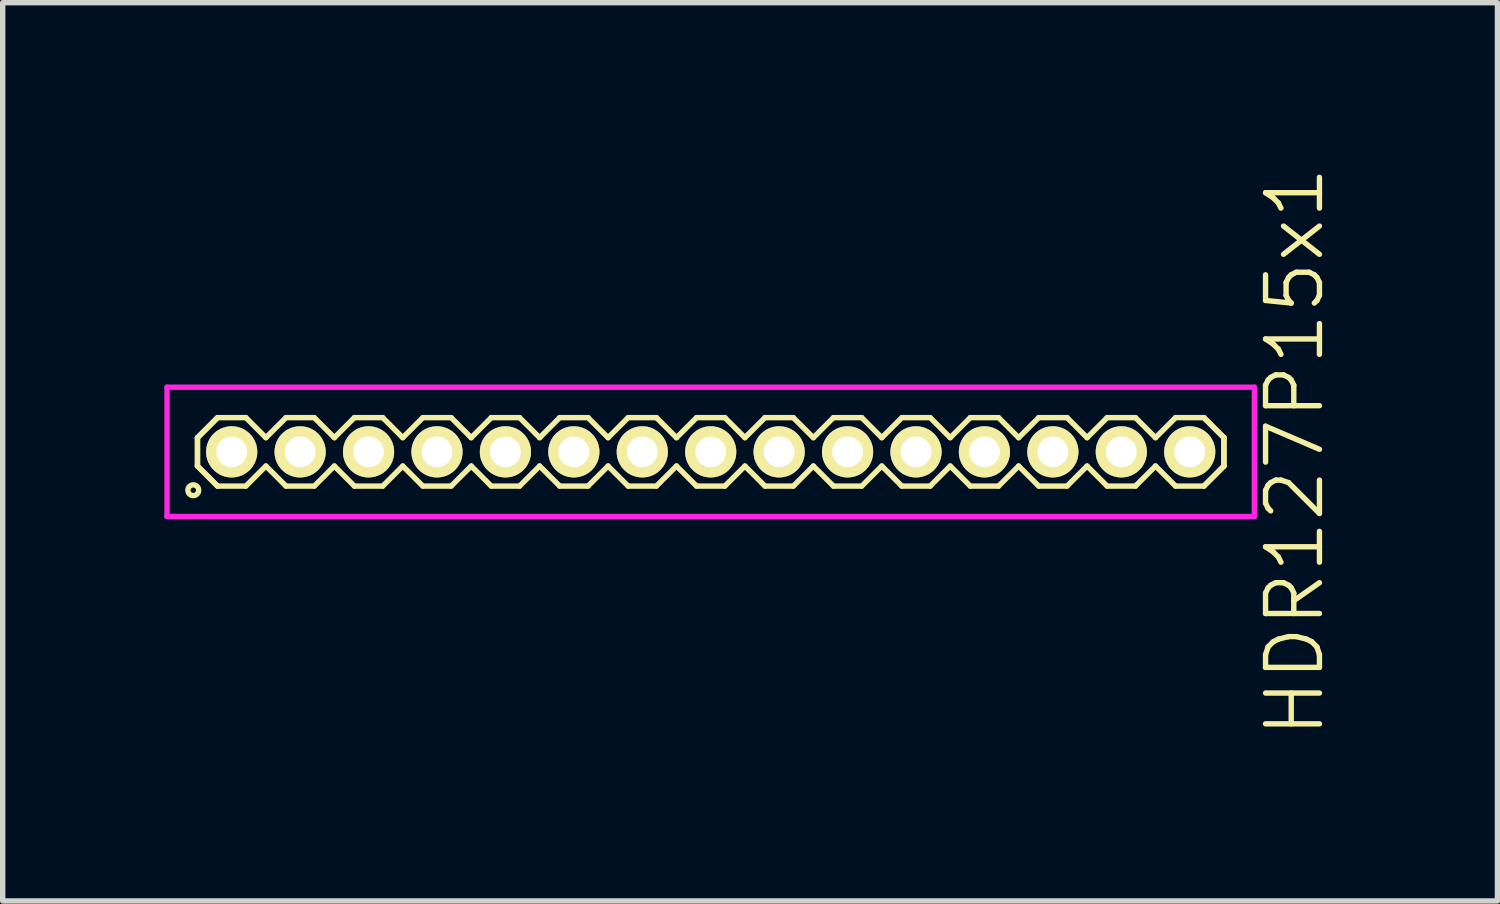
<source format=kicad_pcb>
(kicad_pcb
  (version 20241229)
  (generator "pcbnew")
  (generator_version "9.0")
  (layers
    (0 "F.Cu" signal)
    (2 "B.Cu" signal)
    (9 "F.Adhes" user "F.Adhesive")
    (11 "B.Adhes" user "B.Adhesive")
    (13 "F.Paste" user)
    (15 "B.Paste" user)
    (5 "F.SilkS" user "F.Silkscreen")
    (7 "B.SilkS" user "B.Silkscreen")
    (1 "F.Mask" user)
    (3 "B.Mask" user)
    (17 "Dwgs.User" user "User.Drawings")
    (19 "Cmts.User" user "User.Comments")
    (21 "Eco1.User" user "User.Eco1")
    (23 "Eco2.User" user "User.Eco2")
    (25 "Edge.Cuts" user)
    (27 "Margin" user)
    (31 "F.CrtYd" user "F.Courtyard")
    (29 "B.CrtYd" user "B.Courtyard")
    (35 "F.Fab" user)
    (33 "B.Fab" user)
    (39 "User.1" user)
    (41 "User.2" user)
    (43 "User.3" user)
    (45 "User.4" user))
  (footprint "HDR127P15x1"
    (layer "F.Cu")
    (at 10.14 5.336)
    (property "Reference" "HDR127P15x1" (at 10.84 0 90) (layer "F.SilkS") (effects (font (size 1 1) (thickness 0.1))))
    (attr through_hole)
    (fp_line (start -9.525 -0.263) (end -9.153 -0.635) (stroke (width 0.1) (type solid)) (layer "F.SilkS"))
    (fp_line (start -9.525 -0.263) (end -9.153 -0.635) (stroke (width 0.1) (type solid)) (layer "F.SilkS"))
    (fp_line (start -9.525 0.263) (end -9.525 -0.263) (stroke (width 0.1) (type solid)) (layer "F.SilkS"))
    (fp_line (start -9.525 0.263) (end -9.525 -0.263) (stroke (width 0.1) (type solid)) (layer "F.SilkS"))
    (fp_line (start -9.153 -0.635) (end -8.627 -0.635) (stroke (width 0.1) (type solid)) (layer "F.SilkS"))
    (fp_line (start -9.153 0.635) (end -9.525 0.263) (stroke (width 0.1) (type solid)) (layer "F.SilkS"))
    (fp_line (start -9.153 0.635) (end -9.525 0.263) (stroke (width 0.1) (type solid)) (layer "F.SilkS"))
    (fp_line (start -8.627 -0.635) (end -8.255 -0.263) (stroke (width 0.1) (type solid)) (layer "F.SilkS"))
    (fp_line (start -8.627 0.635) (end -9.153 0.635) (stroke (width 0.1) (type solid)) (layer "F.SilkS"))
    (fp_line (start -8.255 -0.263) (end -7.883 -0.635) (stroke (width 0.1) (type solid)) (layer "F.SilkS"))
    (fp_line (start -8.255 0.263) (end -8.627 0.635) (stroke (width 0.1) (type solid)) (layer "F.SilkS"))
    (fp_line (start -7.883 -0.635) (end -7.357 -0.635) (stroke (width 0.1) (type solid)) (layer "F.SilkS"))
    (fp_line (start -7.883 0.635) (end -8.255 0.263) (stroke (width 0.1) (type solid)) (layer "F.SilkS"))
    (fp_line (start -7.357 -0.635) (end -6.985 -0.263) (stroke (width 0.1) (type solid)) (layer "F.SilkS"))
    (fp_line (start -7.357 0.635) (end -7.883 0.635) (stroke (width 0.1) (type solid)) (layer "F.SilkS"))
    (fp_line (start -6.985 -0.263) (end -6.613 -0.635) (stroke (width 0.1) (type solid)) (layer "F.SilkS"))
    (fp_line (start -6.985 0.263) (end -7.357 0.635) (stroke (width 0.1) (type solid)) (layer "F.SilkS"))
    (fp_line (start -6.613 -0.635) (end -6.087 -0.635) (stroke (width 0.1) (type solid)) (layer "F.SilkS"))
    (fp_line (start -6.613 0.635) (end -6.985 0.263) (stroke (width 0.1) (type solid)) (layer "F.SilkS"))
    (fp_line (start -6.087 -0.635) (end -5.715 -0.263) (stroke (width 0.1) (type solid)) (layer "F.SilkS"))
    (fp_line (start -6.087 0.635) (end -6.613 0.635) (stroke (width 0.1) (type solid)) (layer "F.SilkS"))
    (fp_line (start -5.715 -0.263) (end -5.343 -0.635) (stroke (width 0.1) (type solid)) (layer "F.SilkS"))
    (fp_line (start -5.715 0.263) (end -6.087 0.635) (stroke (width 0.1) (type solid)) (layer "F.SilkS"))
    (fp_line (start -5.343 -0.635) (end -4.817 -0.635) (stroke (width 0.1) (type solid)) (layer "F.SilkS"))
    (fp_line (start -5.343 0.635) (end -5.715 0.263) (stroke (width 0.1) (type solid)) (layer "F.SilkS"))
    (fp_line (start -4.817 -0.635) (end -4.445 -0.263) (stroke (width 0.1) (type solid)) (layer "F.SilkS"))
    (fp_line (start -4.817 0.635) (end -5.343 0.635) (stroke (width 0.1) (type solid)) (layer "F.SilkS"))
    (fp_line (start -4.445 -0.263) (end -4.073 -0.635) (stroke (width 0.1) (type solid)) (layer "F.SilkS"))
    (fp_line (start -4.445 0.263) (end -4.817 0.635) (stroke (width 0.1) (type solid)) (layer "F.SilkS"))
    (fp_line (start -4.073 -0.635) (end -3.547 -0.635) (stroke (width 0.1) (type solid)) (layer "F.SilkS"))
    (fp_line (start -4.073 0.635) (end -4.445 0.263) (stroke (width 0.1) (type solid)) (layer "F.SilkS"))
    (fp_line (start -3.547 -0.635) (end -3.175 -0.263) (stroke (width 0.1) (type solid)) (layer "F.SilkS"))
    (fp_line (start -3.547 0.635) (end -4.073 0.635) (stroke (width 0.1) (type solid)) (layer "F.SilkS"))
    (fp_line (start -3.175 -0.263) (end -2.803 -0.635) (stroke (width 0.1) (type solid)) (layer "F.SilkS"))
    (fp_line (start -3.175 0.263) (end -3.547 0.635) (stroke (width 0.1) (type solid)) (layer "F.SilkS"))
    (fp_line (start -2.803 -0.635) (end -2.277 -0.635) (stroke (width 0.1) (type solid)) (layer "F.SilkS"))
    (fp_line (start -2.803 0.635) (end -3.175 0.263) (stroke (width 0.1) (type solid)) (layer "F.SilkS"))
    (fp_line (start -2.277 -0.635) (end -1.905 -0.263) (stroke (width 0.1) (type solid)) (layer "F.SilkS"))
    (fp_line (start -2.277 0.635) (end -2.803 0.635) (stroke (width 0.1) (type solid)) (layer "F.SilkS"))
    (fp_line (start -1.905 -0.263) (end -1.533 -0.635) (stroke (width 0.1) (type solid)) (layer "F.SilkS"))
    (fp_line (start -1.905 0.263) (end -2.277 0.635) (stroke (width 0.1) (type solid)) (layer "F.SilkS"))
    (fp_line (start -1.533 -0.635) (end -1.007 -0.635) (stroke (width 0.1) (type solid)) (layer "F.SilkS"))
    (fp_line (start -1.533 0.635) (end -1.905 0.263) (stroke (width 0.1) (type solid)) (layer "F.SilkS"))
    (fp_line (start -1.007 -0.635) (end -0.635 -0.263) (stroke (width 0.1) (type solid)) (layer "F.SilkS"))
    (fp_line (start -1.007 0.635) (end -1.533 0.635) (stroke (width 0.1) (type solid)) (layer "F.SilkS"))
    (fp_line (start -0.635 -0.263) (end -0.263 -0.635) (stroke (width 0.1) (type solid)) (layer "F.SilkS"))
    (fp_line (start -0.635 0.263) (end -1.007 0.635) (stroke (width 0.1) (type solid)) (layer "F.SilkS"))
    (fp_line (start -0.263 -0.635) (end 0.263 -0.635) (stroke (width 0.1) (type solid)) (layer "F.SilkS"))
    (fp_line (start -0.263 0.635) (end -0.635 0.263) (stroke (width 0.1) (type solid)) (layer "F.SilkS"))
    (fp_line (start 0.263 -0.635) (end 0.635 -0.263) (stroke (width 0.1) (type solid)) (layer "F.SilkS"))
    (fp_line (start 0.263 0.635) (end -0.263 0.635) (stroke (width 0.1) (type solid)) (layer "F.SilkS"))
    (fp_line (start 0.635 -0.263) (end 1.007 -0.635) (stroke (width 0.1) (type solid)) (layer "F.SilkS"))
    (fp_line (start 0.635 0.263) (end 0.263 0.635) (stroke (width 0.1) (type solid)) (layer "F.SilkS"))
    (fp_line (start 1.007 -0.635) (end 1.533 -0.635) (stroke (width 0.1) (type solid)) (layer "F.SilkS"))
    (fp_line (start 1.007 0.635) (end 0.635 0.263) (stroke (width 0.1) (type solid)) (layer "F.SilkS"))
    (fp_line (start 1.533 -0.635) (end 1.905 -0.263) (stroke (width 0.1) (type solid)) (layer "F.SilkS"))
    (fp_line (start 1.533 0.635) (end 1.007 0.635) (stroke (width 0.1) (type solid)) (layer "F.SilkS"))
    (fp_line (start 1.905 -0.263) (end 2.277 -0.635) (stroke (width 0.1) (type solid)) (layer "F.SilkS"))
    (fp_line (start 1.905 0.263) (end 1.533 0.635) (stroke (width 0.1) (type solid)) (layer "F.SilkS"))
    (fp_line (start 2.277 -0.635) (end 2.803 -0.635) (stroke (width 0.1) (type solid)) (layer "F.SilkS"))
    (fp_line (start 2.277 0.635) (end 1.905 0.263) (stroke (width 0.1) (type solid)) (layer "F.SilkS"))
    (fp_line (start 2.803 -0.635) (end 3.175 -0.263) (stroke (width 0.1) (type solid)) (layer "F.SilkS"))
    (fp_line (start 2.803 0.635) (end 2.277 0.635) (stroke (width 0.1) (type solid)) (layer "F.SilkS"))
    (fp_line (start 3.175 -0.263) (end 3.547 -0.635) (stroke (width 0.1) (type solid)) (layer "F.SilkS"))
    (fp_line (start 3.175 0.263) (end 2.803 0.635) (stroke (width 0.1) (type solid)) (layer "F.SilkS"))
    (fp_line (start 3.547 -0.635) (end 4.073 -0.635) (stroke (width 0.1) (type solid)) (layer "F.SilkS"))
    (fp_line (start 3.547 0.635) (end 3.175 0.263) (stroke (width 0.1) (type solid)) (layer "F.SilkS"))
    (fp_line (start 4.073 -0.635) (end 4.445 -0.263) (stroke (width 0.1) (type solid)) (layer "F.SilkS"))
    (fp_line (start 4.073 0.635) (end 3.547 0.635) (stroke (width 0.1) (type solid)) (layer "F.SilkS"))
    (fp_line (start 4.445 -0.263) (end 4.817 -0.635) (stroke (width 0.1) (type solid)) (layer "F.SilkS"))
    (fp_line (start 4.445 0.263) (end 4.073 0.635) (stroke (width 0.1) (type solid)) (layer "F.SilkS"))
    (fp_line (start 4.817 -0.635) (end 5.343 -0.635) (stroke (width 0.1) (type solid)) (layer "F.SilkS"))
    (fp_line (start 4.817 0.635) (end 4.445 0.263) (stroke (width 0.1) (type solid)) (layer "F.SilkS"))
    (fp_line (start 5.343 -0.635) (end 5.715 -0.263) (stroke (width 0.1) (type solid)) (layer "F.SilkS"))
    (fp_line (start 5.343 0.635) (end 4.817 0.635) (stroke (width 0.1) (type solid)) (layer "F.SilkS"))
    (fp_line (start 5.715 -0.263) (end 6.087 -0.635) (stroke (width 0.1) (type solid)) (layer "F.SilkS"))
    (fp_line (start 5.715 0.263) (end 5.343 0.635) (stroke (width 0.1) (type solid)) (layer "F.SilkS"))
    (fp_line (start 6.087 -0.635) (end 6.613 -0.635) (stroke (width 0.1) (type solid)) (layer "F.SilkS"))
    (fp_line (start 6.087 0.635) (end 5.715 0.263) (stroke (width 0.1) (type solid)) (layer "F.SilkS"))
    (fp_line (start 6.613 -0.635) (end 6.985 -0.263) (stroke (width 0.1) (type solid)) (layer "F.SilkS"))
    (fp_line (start 6.613 0.635) (end 6.087 0.635) (stroke (width 0.1) (type solid)) (layer "F.SilkS"))
    (fp_line (start 6.985 -0.263) (end 7.357 -0.635) (stroke (width 0.1) (type solid)) (layer "F.SilkS"))
    (fp_line (start 6.985 0.263) (end 6.613 0.635) (stroke (width 0.1) (type solid)) (layer "F.SilkS"))
    (fp_line (start 7.357 -0.635) (end 7.883 -0.635) (stroke (width 0.1) (type solid)) (layer "F.SilkS"))
    (fp_line (start 7.357 0.635) (end 6.985 0.263) (stroke (width 0.1) (type solid)) (layer "F.SilkS"))
    (fp_line (start 7.883 -0.635) (end 8.255 -0.263) (stroke (width 0.1) (type solid)) (layer "F.SilkS"))
    (fp_line (start 7.883 0.635) (end 7.357 0.635) (stroke (width 0.1) (type solid)) (layer "F.SilkS"))
    (fp_line (start 8.255 -0.263) (end 8.627 -0.635) (stroke (width 0.1) (type solid)) (layer "F.SilkS"))
    (fp_line (start 8.255 0.263) (end 7.883 0.635) (stroke (width 0.1) (type solid)) (layer "F.SilkS"))
    (fp_line (start 8.627 -0.635) (end 9.153 -0.635) (stroke (width 0.1) (type solid)) (layer "F.SilkS"))
    (fp_line (start 8.627 0.635) (end 8.255 0.263) (stroke (width 0.1) (type solid)) (layer "F.SilkS"))
    (fp_line (start 9.153 -0.635) (end 9.525 -0.263) (stroke (width 0.1) (type solid)) (layer "F.SilkS"))
    (fp_line (start 9.153 -0.635) (end 9.525 -0.263) (stroke (width 0.1) (type solid)) (layer "F.SilkS"))
    (fp_line (start 9.153 0.635) (end 8.627 0.635) (stroke (width 0.1) (type solid)) (layer "F.SilkS"))
    (fp_line (start 9.525 -0.263) (end 9.525 0.263) (stroke (width 0.1) (type solid)) (layer "F.SilkS"))
    (fp_line (start 9.525 -0.263) (end 9.525 0.263) (stroke (width 0.1) (type solid)) (layer "F.SilkS"))
    (fp_line (start 9.525 0.263) (end 9.153 0.635) (stroke (width 0.1) (type solid)) (layer "F.SilkS"))
    (fp_line (start 9.525 0.263) (end 9.153 0.635) (stroke (width 0.1) (type solid)) (layer "F.SilkS"))
    (fp_circle (center -9.603 0.712) (end -9.503 0.712) (stroke (width 0.1) (type solid)) (fill no) (layer "F.SilkS"))
    (fp_line (start -10.09 -1.2) (end -10.09 1.2) (stroke (width 0.1) (type solid)) (layer "F.CrtYd"))
    (fp_line (start -10.09 1.2) (end 10.09 1.2) (stroke (width 0.1) (type solid)) (layer "F.CrtYd"))
    (fp_line (start 10.09 -1.2) (end -10.09 -1.2) (stroke (width 0.1) (type solid)) (layer "F.CrtYd"))
    (fp_line (start 10.09 1.2) (end 10.09 -1.2) (stroke (width 0.1) (type solid)) (layer "F.CrtYd"))
    (pad "1" thru_hole oval (at -8.89 0) (size 0.95 0.95) (drill 0.57) (layers "*.Cu" "*.Mask" "F.SilkS"))
    (pad "2" thru_hole oval (at -7.62 0) (size 0.95 0.95) (drill 0.57) (layers "*.Cu" "*.Mask" "F.SilkS"))
    (pad "3" thru_hole oval (at -6.35 0) (size 0.95 0.95) (drill 0.57) (layers "*.Cu" "*.Mask" "F.SilkS"))
    (pad "4" thru_hole oval (at -5.08 0) (size 0.95 0.95) (drill 0.57) (layers "*.Cu" "*.Mask" "F.SilkS"))
    (pad "5" thru_hole oval (at -3.81 0) (size 0.95 0.95) (drill 0.57) (layers "*.Cu" "*.Mask" "F.SilkS"))
    (pad "6" thru_hole oval (at -2.54 0) (size 0.95 0.95) (drill 0.57) (layers "*.Cu" "*.Mask" "F.SilkS"))
    (pad "7" thru_hole oval (at -1.27 0) (size 0.95 0.95) (drill 0.57) (layers "*.Cu" "*.Mask" "F.SilkS"))
    (pad "8" thru_hole oval (at 0 0) (size 0.95 0.95) (drill 0.57) (layers "*.Cu" "*.Mask" "F.SilkS"))
    (pad "9" thru_hole oval (at 1.27 0) (size 0.95 0.95) (drill 0.57) (layers "*.Cu" "*.Mask" "F.SilkS"))
    (pad "10" thru_hole oval (at 2.54 0) (size 0.95 0.95) (drill 0.57) (layers "*.Cu" "*.Mask" "F.SilkS"))
    (pad "11" thru_hole oval (at 3.81 0) (size 0.95 0.95) (drill 0.57) (layers "*.Cu" "*.Mask" "F.SilkS"))
    (pad "12" thru_hole oval (at 5.08 0) (size 0.95 0.95) (drill 0.57) (layers "*.Cu" "*.Mask" "F.SilkS"))
    (pad "13" thru_hole oval (at 6.35 0) (size 0.95 0.95) (drill 0.57) (layers "*.Cu" "*.Mask" "F.SilkS"))
    (pad "14" thru_hole oval (at 7.62 0) (size 0.95 0.95) (drill 0.57) (layers "*.Cu" "*.Mask" "F.SilkS"))
    (pad "15" thru_hole oval (at 8.89 0) (size 0.95 0.95) (drill 0.57) (layers "*.Cu" "*.Mask" "F.SilkS")))
  (gr_rect
    (start -3 -3)
    (end 24.741 13.671)
    (stroke (width 0.1) (type default))
    (fill no)
    (layer "Edge.Cuts")))
</source>
